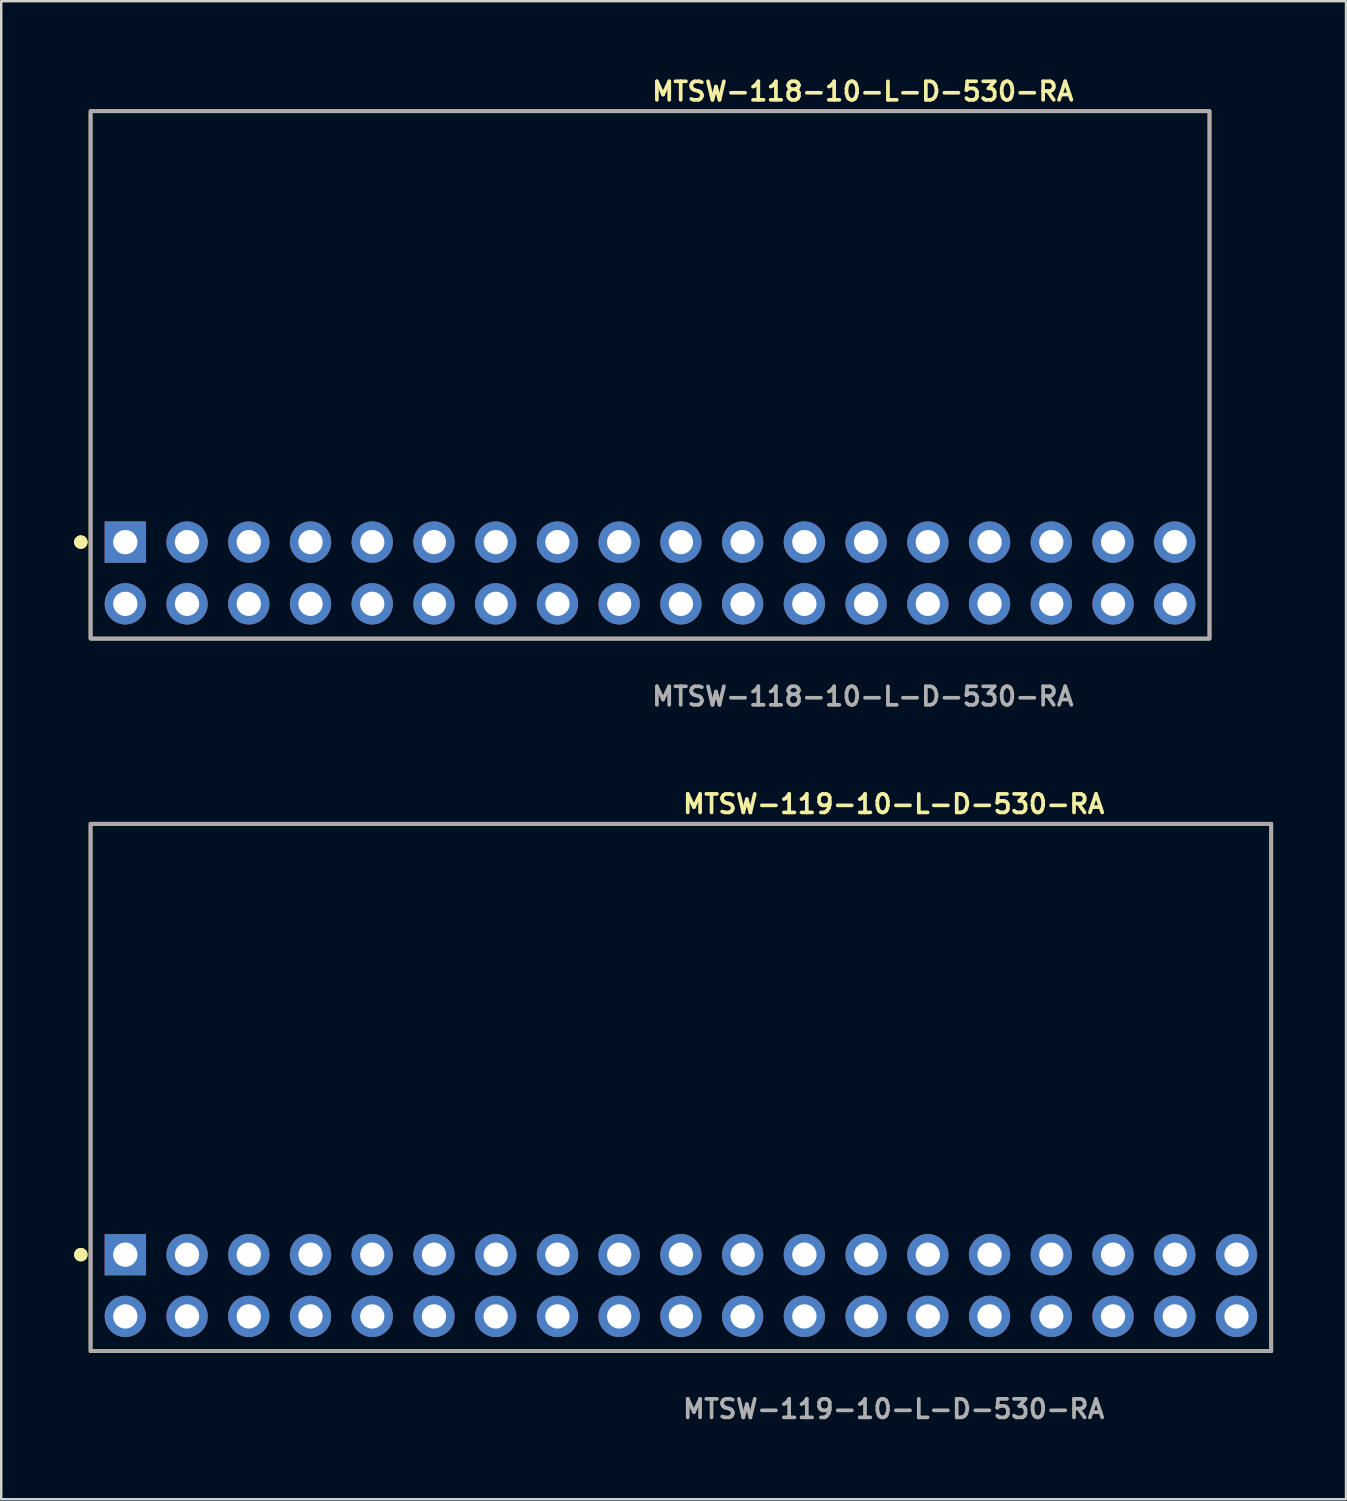
<source format=kicad_pcb>
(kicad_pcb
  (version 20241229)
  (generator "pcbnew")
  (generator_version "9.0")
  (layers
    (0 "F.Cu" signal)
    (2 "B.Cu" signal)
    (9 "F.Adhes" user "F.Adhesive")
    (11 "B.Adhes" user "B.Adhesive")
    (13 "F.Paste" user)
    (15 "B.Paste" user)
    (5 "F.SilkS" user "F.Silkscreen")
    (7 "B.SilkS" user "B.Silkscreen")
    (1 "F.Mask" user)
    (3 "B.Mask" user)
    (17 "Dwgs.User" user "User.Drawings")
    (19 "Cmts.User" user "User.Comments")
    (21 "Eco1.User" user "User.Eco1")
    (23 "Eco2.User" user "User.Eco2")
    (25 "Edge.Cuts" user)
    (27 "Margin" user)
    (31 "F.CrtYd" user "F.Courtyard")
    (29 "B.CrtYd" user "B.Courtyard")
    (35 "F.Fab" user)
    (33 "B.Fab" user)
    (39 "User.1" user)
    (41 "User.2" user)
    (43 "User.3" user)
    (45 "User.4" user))
  (footprint "MTSW-119-10-L-D-530-RA"
    (layer "F.Cu")
    (at 24.966 49.844)
    (property "Reference" "MTSW-119-10-L-D-530-RA" (at 0 -19.812 0) (unlocked yes) (layer "F.SilkS") (effects (font (size 0.762 0.762) (thickness 0.152)) (justify left)))
    (fp_rect (start -24.29 2.7) (end 24.29 -19) (stroke (width 0.152) (type solid)) (fill no) (layer "F.SilkS"))
    (fp_circle (center -24.69 -1.27) (end -24.89 -1.27) (stroke (width 0.152) (type solid)) (fill yes) (layer "F.SilkS"))
    (fp_circle (center -24.69 -1.27) (end -24.89 -1.27) (stroke (width 0.152) (type solid)) (fill yes) (layer "F.SilkS"))
    (fp_rect (start -24.29 2.7) (end 24.29 -19) (stroke (width 0.006) (type solid)) (fill no) (layer "F.CrtYd"))
    (fp_rect (start -24.29 2.7) (end 24.29 -19) (stroke (width 0.152) (type solid)) (fill no) (layer "F.Fab"))
    (fp_text user "${REFERENCE}" (at 0 5.08 0) (unlocked yes) (layer "F.Fab") (effects (font (size 0.762 0.762) (thickness 0.152)) (justify left)))
    (pad "1" thru_hole rect (at -22.86 -1.27) (size 1.7 1.7) (drill 1) (layers "*.Cu" "*.Mask"))
    (pad "2" thru_hole circle (at -22.86 1.27) (size 1.7 1.7) (drill 1) (layers "*.Cu" "*.Mask"))
    (pad "3" thru_hole circle (at -20.32 -1.27) (size 1.7 1.7) (drill 1) (layers "*.Cu" "*.Mask"))
    (pad "4" thru_hole circle (at -20.32 1.27) (size 1.7 1.7) (drill 1) (layers "*.Cu" "*.Mask"))
    (pad "5" thru_hole circle (at -17.78 -1.27) (size 1.7 1.7) (drill 1) (layers "*.Cu" "*.Mask"))
    (pad "6" thru_hole circle (at -17.78 1.27) (size 1.7 1.7) (drill 1) (layers "*.Cu" "*.Mask"))
    (pad "7" thru_hole circle (at -15.24 -1.27) (size 1.7 1.7) (drill 1) (layers "*.Cu" "*.Mask"))
    (pad "8" thru_hole circle (at -15.24 1.27) (size 1.7 1.7) (drill 1) (layers "*.Cu" "*.Mask"))
    (pad "9" thru_hole circle (at -12.7 -1.27) (size 1.7 1.7) (drill 1) (layers "*.Cu" "*.Mask"))
    (pad "10" thru_hole circle (at -12.7 1.27) (size 1.7 1.7) (drill 1) (layers "*.Cu" "*.Mask"))
    (pad "11" thru_hole circle (at -10.16 -1.27) (size 1.7 1.7) (drill 1) (layers "*.Cu" "*.Mask"))
    (pad "12" thru_hole circle (at -10.16 1.27) (size 1.7 1.7) (drill 1) (layers "*.Cu" "*.Mask"))
    (pad "13" thru_hole circle (at -7.62 -1.27) (size 1.7 1.7) (drill 1) (layers "*.Cu" "*.Mask"))
    (pad "14" thru_hole circle (at -7.62 1.27) (size 1.7 1.7) (drill 1) (layers "*.Cu" "*.Mask"))
    (pad "15" thru_hole circle (at -5.08 -1.27) (size 1.7 1.7) (drill 1) (layers "*.Cu" "*.Mask"))
    (pad "16" thru_hole circle (at -5.08 1.27) (size 1.7 1.7) (drill 1) (layers "*.Cu" "*.Mask"))
    (pad "17" thru_hole circle (at -2.54 -1.27) (size 1.7 1.7) (drill 1) (layers "*.Cu" "*.Mask"))
    (pad "18" thru_hole circle (at -2.54 1.27) (size 1.7 1.7) (drill 1) (layers "*.Cu" "*.Mask"))
    (pad "19" thru_hole circle (at 0 -1.27) (size 1.7 1.7) (drill 1) (layers "*.Cu" "*.Mask"))
    (pad "20" thru_hole circle (at 0 1.27) (size 1.7 1.7) (drill 1) (layers "*.Cu" "*.Mask"))
    (pad "21" thru_hole circle (at 2.54 -1.27) (size 1.7 1.7) (drill 1) (layers "*.Cu" "*.Mask"))
    (pad "22" thru_hole circle (at 2.54 1.27) (size 1.7 1.7) (drill 1) (layers "*.Cu" "*.Mask"))
    (pad "23" thru_hole circle (at 5.08 -1.27) (size 1.7 1.7) (drill 1) (layers "*.Cu" "*.Mask"))
    (pad "24" thru_hole circle (at 5.08 1.27) (size 1.7 1.7) (drill 1) (layers "*.Cu" "*.Mask"))
    (pad "25" thru_hole circle (at 7.62 -1.27) (size 1.7 1.7) (drill 1) (layers "*.Cu" "*.Mask"))
    (pad "26" thru_hole circle (at 7.62 1.27) (size 1.7 1.7) (drill 1) (layers "*.Cu" "*.Mask"))
    (pad "27" thru_hole circle (at 10.16 -1.27) (size 1.7 1.7) (drill 1) (layers "*.Cu" "*.Mask"))
    (pad "28" thru_hole circle (at 10.16 1.27) (size 1.7 1.7) (drill 1) (layers "*.Cu" "*.Mask"))
    (pad "29" thru_hole circle (at 12.7 -1.27) (size 1.7 1.7) (drill 1) (layers "*.Cu" "*.Mask"))
    (pad "30" thru_hole circle (at 12.7 1.27) (size 1.7 1.7) (drill 1) (layers "*.Cu" "*.Mask"))
    (pad "31" thru_hole circle (at 15.24 -1.27) (size 1.7 1.7) (drill 1) (layers "*.Cu" "*.Mask"))
    (pad "32" thru_hole circle (at 15.24 1.27) (size 1.7 1.7) (drill 1) (layers "*.Cu" "*.Mask"))
    (pad "33" thru_hole circle (at 17.78 -1.27) (size 1.7 1.7) (drill 1) (layers "*.Cu" "*.Mask"))
    (pad "34" thru_hole circle (at 17.78 1.27) (size 1.7 1.7) (drill 1) (layers "*.Cu" "*.Mask"))
    (pad "35" thru_hole circle (at 20.32 -1.27) (size 1.7 1.7) (drill 1) (layers "*.Cu" "*.Mask"))
    (pad "36" thru_hole circle (at 20.32 1.27) (size 1.7 1.7) (drill 1) (layers "*.Cu" "*.Mask"))
    (pad "37" thru_hole circle (at 22.86 -1.27) (size 1.7 1.7) (drill 1) (layers "*.Cu" "*.Mask"))
    (pad "38" thru_hole circle (at 22.86 1.27) (size 1.7 1.7) (drill 1) (layers "*.Cu" "*.Mask")))
  (footprint "MTSW-118-10-L-D-530-RA"
    (layer "F.Cu")
    (at 23.696 20.525)
    (property "Reference" "MTSW-118-10-L-D-530-RA" (at 0 -19.812 0) (unlocked yes) (layer "F.SilkS") (effects (font (size 0.762 0.762) (thickness 0.152)) (justify left)))
    (fp_rect (start -23.02 2.7) (end 23.02 -19) (stroke (width 0.152) (type solid)) (fill no) (layer "F.SilkS"))
    (fp_circle (center -23.42 -1.27) (end -23.62 -1.27) (stroke (width 0.152) (type solid)) (fill yes) (layer "F.SilkS"))
    (fp_circle (center -23.42 -1.27) (end -23.62 -1.27) (stroke (width 0.152) (type solid)) (fill yes) (layer "F.SilkS"))
    (fp_rect (start -23.02 2.7) (end 23.02 -19) (stroke (width 0.006) (type solid)) (fill no) (layer "F.CrtYd"))
    (fp_rect (start -23.02 2.7) (end 23.02 -19) (stroke (width 0.152) (type solid)) (fill no) (layer "F.Fab"))
    (fp_text user "${REFERENCE}" (at 0 5.08 0) (unlocked yes) (layer "F.Fab") (effects (font (size 0.762 0.762) (thickness 0.152)) (justify left)))
    (pad "1" thru_hole rect (at -21.59 -1.27) (size 1.7 1.7) (drill 1) (layers "*.Cu" "*.Mask"))
    (pad "2" thru_hole circle (at -21.59 1.27) (size 1.7 1.7) (drill 1) (layers "*.Cu" "*.Mask"))
    (pad "3" thru_hole circle (at -19.05 -1.27) (size 1.7 1.7) (drill 1) (layers "*.Cu" "*.Mask"))
    (pad "4" thru_hole circle (at -19.05 1.27) (size 1.7 1.7) (drill 1) (layers "*.Cu" "*.Mask"))
    (pad "5" thru_hole circle (at -16.51 -1.27) (size 1.7 1.7) (drill 1) (layers "*.Cu" "*.Mask"))
    (pad "6" thru_hole circle (at -16.51 1.27) (size 1.7 1.7) (drill 1) (layers "*.Cu" "*.Mask"))
    (pad "7" thru_hole circle (at -13.97 -1.27) (size 1.7 1.7) (drill 1) (layers "*.Cu" "*.Mask"))
    (pad "8" thru_hole circle (at -13.97 1.27) (size 1.7 1.7) (drill 1) (layers "*.Cu" "*.Mask"))
    (pad "9" thru_hole circle (at -11.43 -1.27) (size 1.7 1.7) (drill 1) (layers "*.Cu" "*.Mask"))
    (pad "10" thru_hole circle (at -11.43 1.27) (size 1.7 1.7) (drill 1) (layers "*.Cu" "*.Mask"))
    (pad "11" thru_hole circle (at -8.89 -1.27) (size 1.7 1.7) (drill 1) (layers "*.Cu" "*.Mask"))
    (pad "12" thru_hole circle (at -8.89 1.27) (size 1.7 1.7) (drill 1) (layers "*.Cu" "*.Mask"))
    (pad "13" thru_hole circle (at -6.35 -1.27) (size 1.7 1.7) (drill 1) (layers "*.Cu" "*.Mask"))
    (pad "14" thru_hole circle (at -6.35 1.27) (size 1.7 1.7) (drill 1) (layers "*.Cu" "*.Mask"))
    (pad "15" thru_hole circle (at -3.81 -1.27) (size 1.7 1.7) (drill 1) (layers "*.Cu" "*.Mask"))
    (pad "16" thru_hole circle (at -3.81 1.27) (size 1.7 1.7) (drill 1) (layers "*.Cu" "*.Mask"))
    (pad "17" thru_hole circle (at -1.27 -1.27) (size 1.7 1.7) (drill 1) (layers "*.Cu" "*.Mask"))
    (pad "18" thru_hole circle (at -1.27 1.27) (size 1.7 1.7) (drill 1) (layers "*.Cu" "*.Mask"))
    (pad "19" thru_hole circle (at 1.27 -1.27) (size 1.7 1.7) (drill 1) (layers "*.Cu" "*.Mask"))
    (pad "20" thru_hole circle (at 1.27 1.27) (size 1.7 1.7) (drill 1) (layers "*.Cu" "*.Mask"))
    (pad "21" thru_hole circle (at 3.81 -1.27) (size 1.7 1.7) (drill 1) (layers "*.Cu" "*.Mask"))
    (pad "22" thru_hole circle (at 3.81 1.27) (size 1.7 1.7) (drill 1) (layers "*.Cu" "*.Mask"))
    (pad "23" thru_hole circle (at 6.35 -1.27) (size 1.7 1.7) (drill 1) (layers "*.Cu" "*.Mask"))
    (pad "24" thru_hole circle (at 6.35 1.27) (size 1.7 1.7) (drill 1) (layers "*.Cu" "*.Mask"))
    (pad "25" thru_hole circle (at 8.89 -1.27) (size 1.7 1.7) (drill 1) (layers "*.Cu" "*.Mask"))
    (pad "26" thru_hole circle (at 8.89 1.27) (size 1.7 1.7) (drill 1) (layers "*.Cu" "*.Mask"))
    (pad "27" thru_hole circle (at 11.43 -1.27) (size 1.7 1.7) (drill 1) (layers "*.Cu" "*.Mask"))
    (pad "28" thru_hole circle (at 11.43 1.27) (size 1.7 1.7) (drill 1) (layers "*.Cu" "*.Mask"))
    (pad "29" thru_hole circle (at 13.97 -1.27) (size 1.7 1.7) (drill 1) (layers "*.Cu" "*.Mask"))
    (pad "30" thru_hole circle (at 13.97 1.27) (size 1.7 1.7) (drill 1) (layers "*.Cu" "*.Mask"))
    (pad "31" thru_hole circle (at 16.51 -1.27) (size 1.7 1.7) (drill 1) (layers "*.Cu" "*.Mask"))
    (pad "32" thru_hole circle (at 16.51 1.27) (size 1.7 1.7) (drill 1) (layers "*.Cu" "*.Mask"))
    (pad "33" thru_hole circle (at 19.05 -1.27) (size 1.7 1.7) (drill 1) (layers "*.Cu" "*.Mask"))
    (pad "34" thru_hole circle (at 19.05 1.27) (size 1.7 1.7) (drill 1) (layers "*.Cu" "*.Mask"))
    (pad "35" thru_hole circle (at 21.59 -1.27) (size 1.7 1.7) (drill 1) (layers "*.Cu" "*.Mask"))
    (pad "36" thru_hole circle (at 21.59 1.27) (size 1.7 1.7) (drill 1) (layers "*.Cu" "*.Mask")))
  (gr_rect
    (start -3 -3)
    (end 52.332 58.637)
    (stroke (width 0.1) (type default))
    (fill no)
    (layer "Edge.Cuts")))
</source>
